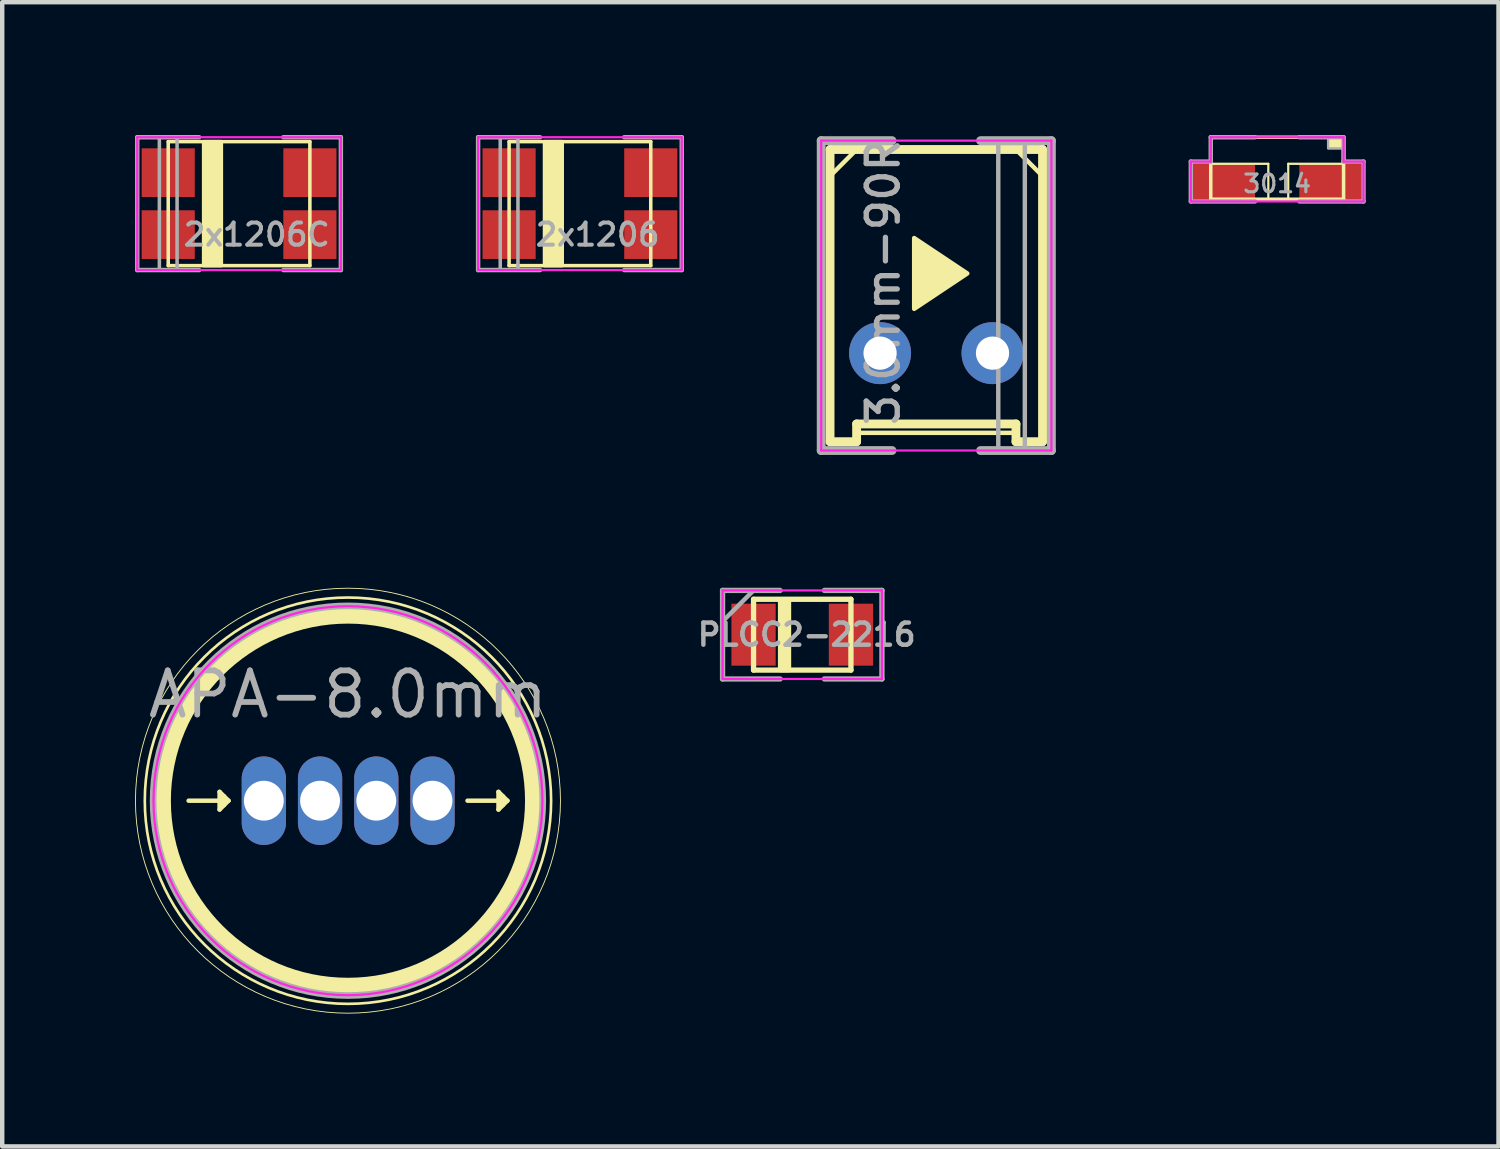
<source format=kicad_pcb>
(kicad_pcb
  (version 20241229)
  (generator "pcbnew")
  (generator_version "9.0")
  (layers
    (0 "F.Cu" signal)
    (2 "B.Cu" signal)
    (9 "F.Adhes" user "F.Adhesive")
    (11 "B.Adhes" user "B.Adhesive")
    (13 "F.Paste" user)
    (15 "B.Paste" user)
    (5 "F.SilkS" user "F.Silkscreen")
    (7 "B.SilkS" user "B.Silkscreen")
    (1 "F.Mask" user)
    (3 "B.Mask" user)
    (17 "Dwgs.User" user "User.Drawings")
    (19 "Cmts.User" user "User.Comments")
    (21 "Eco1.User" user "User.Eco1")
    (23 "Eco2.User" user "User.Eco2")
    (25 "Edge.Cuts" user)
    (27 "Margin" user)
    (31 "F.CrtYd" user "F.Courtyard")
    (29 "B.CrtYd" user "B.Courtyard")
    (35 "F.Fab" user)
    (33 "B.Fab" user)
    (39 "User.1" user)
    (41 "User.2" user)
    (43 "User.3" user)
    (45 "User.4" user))
  (footprint "2x1206"
    (layer "F.Cu")
    (at 10.05 1.55)
    (property "Reference" "2x1206" (at 0.4 0.7 0) (layer "F.Fab") (effects (font (size 0.5 0.5) (thickness 0.09))))
    (attr smd)
    (fp_line (start -1.6 -1.4) (end 1.6 -1.4) (stroke (width 0.08) (type solid)) (layer "F.SilkS"))
    (fp_line (start -1.6 1.4) (end -1.6 -1.4) (stroke (width 0.08) (type solid)) (layer "F.SilkS"))
    (fp_line (start -1.6 1.4) (end 1.6 1.4) (stroke (width 0.08) (type solid)) (layer "F.SilkS"))
    (fp_line (start 1.6 1.4) (end 1.6 -1.4) (stroke (width 0.08) (type solid)) (layer "F.SilkS"))
    (fp_poly (pts (xy -0.8 -1.4) (xy -0.8 1.4) (xy -0.4 1.4) (xy -0.4 -1.4)) (stroke (width 0.08) (type solid)) (fill yes) (layer "F.SilkS"))
    (fp_line (start -2.3 -1.5) (end 2.3 -1.5) (stroke (width 0.05) (type solid)) (layer "F.CrtYd"))
    (fp_line (start -2.3 1.5) (end -2.3 -1.5) (stroke (width 0.05) (type solid)) (layer "F.CrtYd"))
    (fp_line (start 2.3 -1.5) (end 2.3 1.5) (stroke (width 0.05) (type solid)) (layer "F.CrtYd"))
    (fp_line (start 2.3 1.5) (end -2.3 1.5) (stroke (width 0.05) (type solid)) (layer "F.CrtYd"))
    (fp_line (start -2.3 -1.5) (end -2.3 1.5) (stroke (width 0.1) (type solid)) (layer "F.Fab"))
    (fp_line (start -2.3 1.5) (end -0.9 1.5) (stroke (width 0.1) (type solid)) (layer "F.Fab"))
    (fp_line (start -0.9 -1.5) (end -2.3 -1.5) (stroke (width 0.1) (type solid)) (layer "F.Fab"))
    (fp_line (start 1 -1.5) (end 2.3 -1.5) (stroke (width 0.1) (type solid)) (layer "F.Fab"))
    (fp_line (start 2.3 -1.5) (end 2.3 1.5) (stroke (width 0.1) (type solid)) (layer "F.Fab"))
    (fp_line (start 2.3 1.5) (end 1 1.5) (stroke (width 0.1) (type solid)) (layer "F.Fab"))
    (fp_poly (pts (xy -1.8 -1.5) (xy -1.8 1.5) (xy -1.4 1.5) (xy -1.4 -1.5)) (stroke (width 0.08) (type solid)) (fill no) (layer "F.Fab"))
    (pad "1" smd rect (at -1.6 -0.7) (size 1.2 1.1) (layers "F.Cu" "F.Mask" "F.Paste"))
    (pad "2" smd rect (at 1.6 -0.7) (size 1.2 1.1) (layers "F.Cu" "F.Mask" "F.Paste"))
    (pad "3" smd rect (at -1.6 0.7) (size 1.2 1.1) (layers "F.Cu" "F.Mask" "F.Paste"))
    (pad "4" smd rect (at 1.6 0.7) (size 1.2 1.1) (layers "F.Cu" "F.Mask" "F.Paste")))
  (footprint "3014"
    (layer "F.Cu")
    (at 25.8 1.05)
    (property "Reference" "3014" (at 0 0.05 0) (layer "F.Fab") (effects (font (size 0.4 0.4) (thickness 0.07))))
    (attr smd)
    (fp_line (start -1.5 0.4) (end -1.5 -1) (stroke (width 0.08) (type solid)) (layer "F.SilkS"))
    (fp_line (start -1.5 0.4) (end 1.5 0.4) (stroke (width 0.08) (type solid)) (layer "F.SilkS"))
    (fp_line (start -0.2 -0.4) (end -1.5 -0.4) (stroke (width 0.05) (type solid)) (layer "F.SilkS"))
    (fp_line (start -0.2 -0.4) (end -0.2 0.4) (stroke (width 0.05) (type solid)) (layer "F.SilkS"))
    (fp_line (start 0.25 -0.4) (end 0.25 0.4) (stroke (width 0.05) (type solid)) (layer "F.SilkS"))
    (fp_line (start 1.5 -1) (end -1.5 -1) (stroke (width 0.08) (type solid)) (layer "F.SilkS"))
    (fp_line (start 1.5 -0.4) (end 0.25 -0.4) (stroke (width 0.05) (type solid)) (layer "F.SilkS"))
    (fp_line (start 1.5 0.4) (end 1.5 -1) (stroke (width 0.08) (type solid)) (layer "F.SilkS"))
    (fp_poly (pts (xy 1.5 -0.75) (xy 1.15 -0.75) (xy 1.15 -1) (xy 1.5 -1)) (stroke (width 0.05) (type solid)) (fill yes) (layer "F.SilkS"))
    (fp_line (start -1.95 -0.45) (end -1.95 0.45) (stroke (width 0.05) (type solid)) (layer "F.CrtYd"))
    (fp_line (start -1.95 -0.45) (end -1.5 -0.45) (stroke (width 0.05) (type solid)) (layer "F.CrtYd"))
    (fp_line (start -1.5 -1) (end 1.5 -1) (stroke (width 0.05) (type solid)) (layer "F.CrtYd"))
    (fp_line (start -1.5 -0.45) (end -1.5 -1) (stroke (width 0.05) (type solid)) (layer "F.CrtYd"))
    (fp_line (start 1.5 -0.45) (end 1.5 -1) (stroke (width 0.05) (type solid)) (layer "F.CrtYd"))
    (fp_line (start 1.5 -0.45) (end 1.95 -0.45) (stroke (width 0.05) (type solid)) (layer "F.CrtYd"))
    (fp_line (start 1.95 -0.45) (end 1.95 0.45) (stroke (width 0.05) (type solid)) (layer "F.CrtYd"))
    (fp_line (start 1.95 0.45) (end -1.95 0.45) (stroke (width 0.05) (type solid)) (layer "F.CrtYd"))
    (fp_line (start -1.95 0.45) (end -1.95 -0.45) (stroke (width 0.1) (type solid)) (layer "F.Fab"))
    (fp_line (start -1.95 0.45) (end -0.5 0.45) (stroke (width 0.1) (type solid)) (layer "F.Fab"))
    (fp_line (start -1.5 -1) (end -1.5 -0.45) (stroke (width 0.1) (type solid)) (layer "F.Fab"))
    (fp_line (start -1.5 -1) (end -0.5 -1) (stroke (width 0.1) (type solid)) (layer "F.Fab"))
    (fp_line (start -1.5 -0.45) (end -1.95 -0.45) (stroke (width 0.1) (type solid)) (layer "F.Fab"))
    (fp_line (start 0.5 -1) (end 1.5 -1) (stroke (width 0.1) (type solid)) (layer "F.Fab"))
    (fp_line (start 0.5 0.45) (end 1.95 0.45) (stroke (width 0.1) (type solid)) (layer "F.Fab"))
    (fp_line (start 1.5 -1) (end 1.5 -0.45) (stroke (width 0.1) (type solid)) (layer "F.Fab"))
    (fp_line (start 1.95 -0.45) (end 1.5 -0.45) (stroke (width 0.1) (type solid)) (layer "F.Fab"))
    (fp_line (start 1.95 0.45) (end 1.95 -0.45) (stroke (width 0.1) (type solid)) (layer "F.Fab"))
    (fp_poly (pts (xy 1.5 -0.75) (xy 1.15 -0.75) (xy 1.15 -1) (xy 1.5 -1)) (stroke (width 0.05) (type solid)) (fill no) (layer "F.Fab"))
    (pad "1" smd rect (at 1.2 0) (size 1.4 0.8) (layers "F.Cu" "F.Mask" "F.Paste"))
    (pad "2" smd rect (at -1.2 0) (size 1.4 0.8) (layers "F.Cu" "F.Mask" "F.Paste")))
  (footprint "3.0mm-90R"
    (layer "F.Cu")
    (at 18.1 4.927)
    (property "Reference" "3.0mm-90R" (at -1.2 -1.6 90) (layer "F.Fab") (effects (font (size 0.7 0.7) (thickness 0.12))))
    (attr through_hole)
    (fp_line (start -2.4 2) (end -2.4 -4.6) (stroke (width 0.2) (type solid)) (layer "F.SilkS"))
    (fp_line (start -2.4 2) (end -1.8 2) (stroke (width 0.2) (type solid)) (layer "F.SilkS"))
    (fp_line (start -1.8 -4.6) (end -2.4 -4) (stroke (width 0.1) (type solid)) (layer "F.SilkS"))
    (fp_line (start -1.8 2) (end -1.8 1.6) (stroke (width 0.2) (type solid)) (layer "F.SilkS"))
    (fp_line (start 1.8 1.6) (end -1.8 1.6) (stroke (width 0.2) (type solid)) (layer "F.SilkS"))
    (fp_line (start 1.8 1.8) (end -1.8 1.8) (stroke (width 0.1) (type solid)) (layer "F.SilkS"))
    (fp_line (start 1.8 2) (end 1.8 1.6) (stroke (width 0.2) (type solid)) (layer "F.SilkS"))
    (fp_line (start 2.4 -4.6) (end -2.4 -4.6) (stroke (width 0.2) (type solid)) (layer "F.SilkS"))
    (fp_line (start 2.4 -4.6) (end 2.4 2) (stroke (width 0.2) (type solid)) (layer "F.SilkS"))
    (fp_line (start 2.4 -4) (end 1.8 -4.6) (stroke (width 0.1) (type solid)) (layer "F.SilkS"))
    (fp_line (start 2.4 2) (end 1.8 2) (stroke (width 0.2) (type solid)) (layer "F.SilkS"))
    (fp_poly (pts (xy -0.5 -1) (xy -0.5 -2.6) (xy 0.7 -1.8)) (stroke (width 0.1) (type solid)) (fill yes) (layer "F.SilkS"))
    (fp_line (start -2.6 -4.8) (end -2.6 2.2) (stroke (width 0.05) (type solid)) (layer "F.CrtYd"))
    (fp_line (start -2.6 2.2) (end 2.6 2.2) (stroke (width 0.05) (type solid)) (layer "F.CrtYd"))
    (fp_line (start 2.6 -4.8) (end -2.6 -4.8) (stroke (width 0.05) (type solid)) (layer "F.CrtYd"))
    (fp_line (start 2.6 2.2) (end 2.6 -4.8) (stroke (width 0.05) (type solid)) (layer "F.CrtYd"))
    (fp_line (start -2.6 -4.8) (end -1 -4.8) (stroke (width 0.2) (type solid)) (layer "F.Fab"))
    (fp_line (start -2.6 2.2) (end -2.6 -4.8) (stroke (width 0.2) (type solid)) (layer "F.Fab"))
    (fp_line (start -1 2.2) (end -2.6 2.2) (stroke (width 0.2) (type solid)) (layer "F.Fab"))
    (fp_line (start 1 -4.8) (end 2.6 -4.8) (stroke (width 0.2) (type solid)) (layer "F.Fab"))
    (fp_line (start 2.6 -4.8) (end 2.6 2.2) (stroke (width 0.2) (type solid)) (layer "F.Fab"))
    (fp_line (start 2.6 2.2) (end 1 2.2) (stroke (width 0.2) (type solid)) (layer "F.Fab"))
    (fp_poly (pts (xy 1.4 2.2) (xy 1.4 -4.8) (xy 2 -4.8) (xy 2 2.2)) (stroke (width 0.1) (type solid)) (fill no) (layer "F.Fab"))
    (pad "1" thru_hole circle (at 1.27 0 270) (size 1.4 1.4) (drill 0.75) (layers "*.Cu" "*.Mask"))
    (pad "2" thru_hole circle (at -1.27 0 270) (size 1.4 1.4) (drill 0.75) (layers "*.Cu" "*.Mask")))
  (footprint "2x1206C"
    (layer "F.Cu")
    (at 2.35 1.55)
    (property "Reference" "2x1206C" (at 0.4 0.7 0) (layer "F.Fab") (effects (font (size 0.5 0.5) (thickness 0.09))))
    (attr smd)
    (fp_line (start -1.6 -1.4) (end 1.6 -1.4) (stroke (width 0.08) (type solid)) (layer "F.SilkS"))
    (fp_line (start -1.6 1.4) (end -1.6 -1.4) (stroke (width 0.08) (type solid)) (layer "F.SilkS"))
    (fp_line (start -1.6 1.4) (end 1.6 1.4) (stroke (width 0.08) (type solid)) (layer "F.SilkS"))
    (fp_line (start 1.6 1.4) (end 1.6 -1.4) (stroke (width 0.08) (type solid)) (layer "F.SilkS"))
    (fp_poly (pts (xy -0.8 -1.4) (xy -0.8 1.4) (xy -0.4 1.4) (xy -0.4 -1.4)) (stroke (width 0.08) (type solid)) (fill yes) (layer "F.SilkS"))
    (fp_line (start -2.3 -1.5) (end 2.3 -1.5) (stroke (width 0.05) (type solid)) (layer "F.CrtYd"))
    (fp_line (start -2.3 1.5) (end -2.3 -1.5) (stroke (width 0.05) (type solid)) (layer "F.CrtYd"))
    (fp_line (start 2.3 -1.5) (end 2.3 1.5) (stroke (width 0.05) (type solid)) (layer "F.CrtYd"))
    (fp_line (start 2.3 1.5) (end -2.3 1.5) (stroke (width 0.05) (type solid)) (layer "F.CrtYd"))
    (fp_line (start -2.3 -1.5) (end -2.3 1.5) (stroke (width 0.1) (type solid)) (layer "F.Fab"))
    (fp_line (start -2.3 1.5) (end -0.9 1.5) (stroke (width 0.1) (type solid)) (layer "F.Fab"))
    (fp_line (start -0.9 -1.5) (end -2.3 -1.5) (stroke (width 0.1) (type solid)) (layer "F.Fab"))
    (fp_line (start 1 -1.5) (end 2.3 -1.5) (stroke (width 0.1) (type solid)) (layer "F.Fab"))
    (fp_line (start 2.3 -1.5) (end 2.3 1.5) (stroke (width 0.1) (type solid)) (layer "F.Fab"))
    (fp_line (start 2.3 1.5) (end 1 1.5) (stroke (width 0.1) (type solid)) (layer "F.Fab"))
    (fp_poly (pts (xy -1.8 -1.5) (xy -1.8 1.5) (xy -1.4 1.5) (xy -1.4 -1.5)) (stroke (width 0.08) (type solid)) (fill no) (layer "F.Fab"))
    (pad "1" smd rect (at -1.6 -0.7) (size 1.2 1.1) (layers "F.Cu" "F.Mask" "F.Paste"))
    (pad "1" smd rect (at -1.6 0.7) (size 1.2 1.1) (layers "F.Cu" "F.Mask" "F.Paste"))
    (pad "2" smd rect (at 1.6 -0.7) (size 1.2 1.1) (layers "F.Cu" "F.Mask" "F.Paste"))
    (pad "2" smd rect (at 1.6 0.7) (size 1.2 1.1) (layers "F.Cu" "F.Mask" "F.Paste")))
  (footprint "PLCC2-2216"
    (layer "F.Cu")
    (at 15.072 11.287)
    (property "Reference" "PLCC2-2216" (at 0.1 0 0) (layer "F.Fab") (effects (font (size 0.5 0.5) (thickness 0.1))))
    (attr smd)
    (fp_line (start -1.1 0.8) (end -1.1 -0.8) (stroke (width 0.12) (type solid)) (layer "F.SilkS"))
    (fp_line (start 1.1 -0.8) (end -1.1 -0.8) (stroke (width 0.12) (type solid)) (layer "F.SilkS"))
    (fp_line (start 1.1 0.8) (end -1.1 0.8) (stroke (width 0.12) (type solid)) (layer "F.SilkS"))
    (fp_line (start 1.1 0.8) (end 1.1 -0.8) (stroke (width 0.12) (type solid)) (layer "F.SilkS"))
    (fp_poly (pts (xy -0.3 0.8) (xy -0.5 0.8) (xy -0.5 -0.8) (xy -0.3 -0.8)) (stroke (width 0.1) (type solid)) (fill yes) (layer "F.SilkS"))
    (fp_line (start -1.8 -1) (end -1.8 1) (stroke (width 0.05) (type solid)) (layer "F.CrtYd"))
    (fp_line (start 1.8 -1) (end -1.8 -1) (stroke (width 0.05) (type solid)) (layer "F.CrtYd"))
    (fp_line (start 1.8 -1) (end 1.8 1) (stroke (width 0.05) (type solid)) (layer "F.CrtYd"))
    (fp_line (start 1.8 1) (end -1.8 1) (stroke (width 0.05) (type solid)) (layer "F.CrtYd"))
    (fp_line (start -1.8 -1) (end -1.8 1) (stroke (width 0.12) (type solid)) (layer "F.Fab"))
    (fp_line (start -1.8 -1) (end -0.5 -1) (stroke (width 0.12) (type solid)) (layer "F.Fab"))
    (fp_line (start -1.8 1) (end -0.5 1) (stroke (width 0.12) (type solid)) (layer "F.Fab"))
    (fp_line (start 0.5 -1) (end 1.8 -1) (stroke (width 0.12) (type solid)) (layer "F.Fab"))
    (fp_line (start 0.5 1) (end 1.8 1) (stroke (width 0.12) (type solid)) (layer "F.Fab"))
    (fp_line (start 1.8 -1) (end 1.8 1) (stroke (width 0.12) (type solid)) (layer "F.Fab"))
    (fp_poly (pts (xy -1.1 -1) (xy -1.8 -0.3) (xy -1.8 -1)) (stroke (width 0.1) (type solid)) (fill no) (layer "F.Fab"))
    (pad "1" smd rect (at -1.1 0) (size 1 1.4) (layers "F.Cu" "F.Mask" "F.Paste"))
    (pad "2" smd rect (at 1.1 0) (size 1 1.4) (layers "F.Cu" "F.Mask" "F.Paste")))
  (footprint "APA-8.0mm"
    (layer "F.Cu")
    (at 4.81 15.037)
    (property "Reference" "APA-8.0mm" (at 0 -2.4 0) (layer "F.Fab") (effects (font (size 1 1) (thickness 0.13))))
    (attr through_hole)
    (fp_line (start -3.6 0) (end -2.7 0) (stroke (width 0.1) (type solid)) (layer "F.SilkS"))
    (fp_line (start -2.9 -0.2) (end -2.9 0.2) (stroke (width 0.1) (type solid)) (layer "F.SilkS"))
    (fp_line (start -2.9 0) (end -2.8 0.1) (stroke (width 0.1) (type solid)) (layer "F.SilkS"))
    (fp_line (start -2.9 0.2) (end -2.7 0) (stroke (width 0.1) (type solid)) (layer "F.SilkS"))
    (fp_line (start -2.8 -0.1) (end -2.9 0) (stroke (width 0.1) (type solid)) (layer "F.SilkS"))
    (fp_line (start -2.7 0) (end -2.9 -0.2) (stroke (width 0.1) (type solid)) (layer "F.SilkS"))
    (fp_line (start 2.7 0) (end 3.6 0) (stroke (width 0.1) (type solid)) (layer "F.SilkS"))
    (fp_line (start 3.4 -0.2) (end 3.4 0.2) (stroke (width 0.1) (type solid)) (layer "F.SilkS"))
    (fp_line (start 3.4 0) (end 3.5 0.1) (stroke (width 0.1) (type solid)) (layer "F.SilkS"))
    (fp_line (start 3.4 0.2) (end 3.6 0) (stroke (width 0.1) (type solid)) (layer "F.SilkS"))
    (fp_line (start 3.5 -0.1) (end 3.4 0) (stroke (width 0.1) (type solid)) (layer "F.SilkS"))
    (fp_line (start 3.6 0) (end 3.4 -0.2) (stroke (width 0.1) (type solid)) (layer "F.SilkS"))
    (fp_circle (center 0 0) (end 4.2 0) (stroke (width 0.4) (type solid)) (fill no) (layer "F.SilkS"))
    (fp_circle (center 0 0) (end 4.5 0.9) (stroke (width 0.06) (type solid)) (fill no) (layer "F.SilkS"))
    (fp_circle (center 0 0) (end 4.8 0) (stroke (width 0.02) (type solid)) (fill no) (layer "F.SilkS"))
    (fp_circle (center 0 0) (end 3.3 2.9) (stroke (width 0.05) (type solid)) (fill no) (layer "F.CrtYd"))
    (fp_circle (center 0 0) (end 4.4 -0.1) (stroke (width 0.15) (type solid)) (fill no) (layer "F.Fab"))
    (pad "1" thru_hole oval (at -0.63 0) (size 1 2) (drill 0.9) (layers "*.Cu" "*.Mask"))
    (pad "2" thru_hole oval (at 1.91 0) (size 1 2) (drill 0.9) (layers "*.Cu" "*.Mask"))
    (pad "3" thru_hole oval (at 0.64 0) (size 1 2) (drill 0.9) (layers "*.Cu" "*.Mask"))
    (pad "4" thru_hole oval (at -1.9 0) (size 1 2) (drill 0.9) (layers "*.Cu" "*.Mask")))
  (gr_rect
    (start -3 -3)
    (end 30.8 22.847)
    (stroke (width 0.1) (type default))
    (fill no)
    (layer "Edge.Cuts")))
</source>
